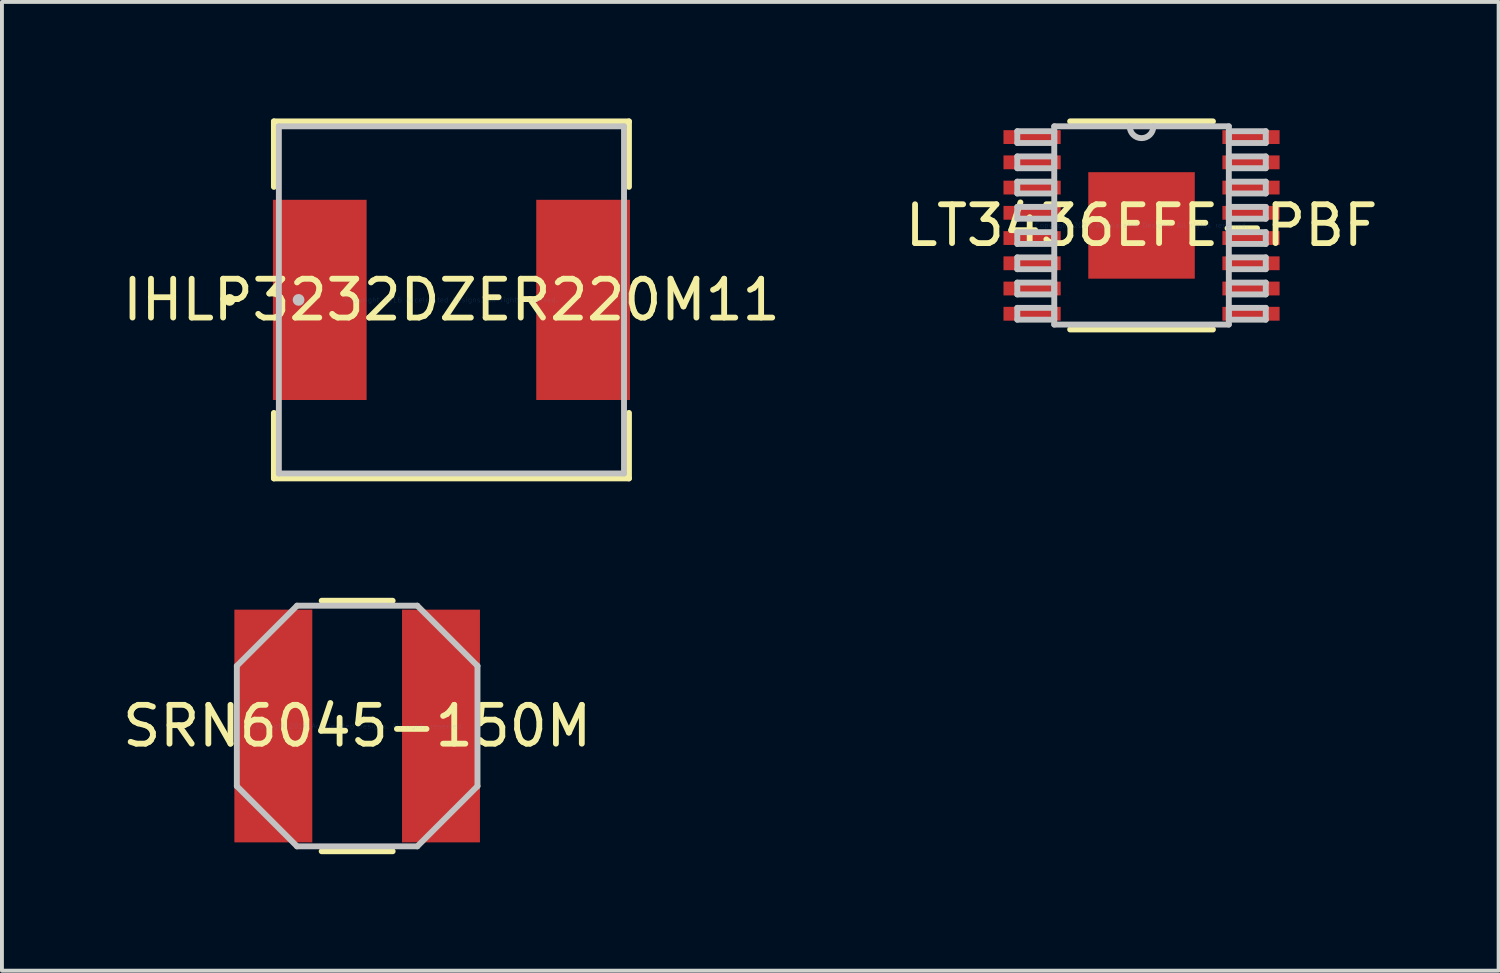
<source format=kicad_pcb>
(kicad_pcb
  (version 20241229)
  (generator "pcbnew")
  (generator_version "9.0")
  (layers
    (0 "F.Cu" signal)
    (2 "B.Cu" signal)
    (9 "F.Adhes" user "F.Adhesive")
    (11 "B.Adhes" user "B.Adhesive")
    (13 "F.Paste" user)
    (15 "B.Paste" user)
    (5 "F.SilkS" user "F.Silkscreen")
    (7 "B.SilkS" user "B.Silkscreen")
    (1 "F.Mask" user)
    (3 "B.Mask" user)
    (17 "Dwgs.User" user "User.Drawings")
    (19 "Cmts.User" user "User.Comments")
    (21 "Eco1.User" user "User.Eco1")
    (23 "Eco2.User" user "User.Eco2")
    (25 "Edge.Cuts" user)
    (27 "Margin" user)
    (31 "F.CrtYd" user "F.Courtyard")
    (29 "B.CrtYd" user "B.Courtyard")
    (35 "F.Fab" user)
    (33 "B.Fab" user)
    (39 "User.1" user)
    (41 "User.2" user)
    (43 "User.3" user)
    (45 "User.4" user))
  (footprint "IHLP3232DZER220M11"
    (layer "F.Cu")
    (at 8.577 4.674)
    (property "Reference" "IHLP3232DZER220M11" (at 0 0 0) (layer "F.SilkS") (effects (font (size 1 1) (thickness 0.15))))
    (attr through_hole)
    (fp_line (start -4.572 -4.597) (end -4.572 -2.911) (stroke (width 0.152) (type solid)) (layer "F.SilkS"))
    (fp_line (start -4.572 2.911) (end -4.572 4.597) (stroke (width 0.152) (type solid)) (layer "F.SilkS"))
    (fp_line (start -4.572 4.597) (end 4.572 4.597) (stroke (width 0.152) (type solid)) (layer "F.SilkS"))
    (fp_line (start 4.572 -4.597) (end -4.572 -4.597) (stroke (width 0.152) (type solid)) (layer "F.SilkS"))
    (fp_line (start 4.572 -2.911) (end 4.572 -4.597) (stroke (width 0.152) (type solid)) (layer "F.SilkS"))
    (fp_line (start 4.572 4.597) (end 4.572 2.911) (stroke (width 0.152) (type solid)) (layer "F.SilkS"))
    (fp_circle (center -5.715 0) (end -5.639 0) (stroke (width 0.152) (type solid)) (fill no) (layer "F.SilkS"))
    (fp_line (start -4.445 -4.47) (end -4.445 4.47) (stroke (width 0.152) (type solid)) (layer "Dwgs.User"))
    (fp_line (start -4.445 4.47) (end 4.445 4.47) (stroke (width 0.152) (type solid)) (layer "Dwgs.User"))
    (fp_line (start 4.445 -4.47) (end -4.445 -4.47) (stroke (width 0.152) (type solid)) (layer "Dwgs.User"))
    (fp_line (start 4.445 4.47) (end 4.445 -4.47) (stroke (width 0.152) (type solid)) (layer "Dwgs.User"))
    (fp_circle (center -3.937 0) (end -3.861 0) (stroke (width 0.152) (type solid)) (fill no) (layer "Dwgs.User"))
    (fp_text user "Copyright 2016 Accelerated Designs. All rights reserved." (at 0 0 0) (layer "Cmts.User") (effects (font (size 0.127 0.127) (thickness 0.002))))
    (pad "1" smd rect (at -3.391 0 90) (size 5.156 2.413) (layers "F.Cu" "F.Mask" "F.Paste"))
    (pad "2" smd rect (at 3.391 0 90) (size 5.156 2.413) (layers "F.Cu" "F.Mask" "F.Paste")))
  (footprint "LT3436EFE-PBF"
    (layer "F.Cu")
    (at 26.351 2.756)
    (property "Reference" "LT3436EFE-PBF" (at 0 0 0) (layer "F.SilkS") (effects (font (size 1 1) (thickness 0.15))))
    (attr through_hole)
    (fp_line (start -1.839 2.68) (end 1.839 2.68) (stroke (width 0.152) (type solid)) (layer "F.SilkS"))
    (fp_line (start 1.839 -2.68) (end -1.839 -2.68) (stroke (width 0.152) (type solid)) (layer "F.SilkS"))
    (fp_line (start -3.2 -2.427) (end -3.2 -2.123) (stroke (width 0.152) (type solid)) (layer "Dwgs.User"))
    (fp_line (start -3.2 -2.123) (end -2.248 -2.123) (stroke (width 0.152) (type solid)) (layer "Dwgs.User"))
    (fp_line (start -3.2 -1.777) (end -3.2 -1.473) (stroke (width 0.152) (type solid)) (layer "Dwgs.User"))
    (fp_line (start -3.2 -1.473) (end -2.248 -1.473) (stroke (width 0.152) (type solid)) (layer "Dwgs.User"))
    (fp_line (start -3.2 -1.127) (end -3.2 -0.823) (stroke (width 0.152) (type solid)) (layer "Dwgs.User"))
    (fp_line (start -3.2 -0.823) (end -2.248 -0.823) (stroke (width 0.152) (type solid)) (layer "Dwgs.User"))
    (fp_line (start -3.2 -0.477) (end -3.2 -0.173) (stroke (width 0.152) (type solid)) (layer "Dwgs.User"))
    (fp_line (start -3.2 -0.173) (end -2.248 -0.173) (stroke (width 0.152) (type solid)) (layer "Dwgs.User"))
    (fp_line (start -3.2 0.173) (end -3.2 0.477) (stroke (width 0.152) (type solid)) (layer "Dwgs.User"))
    (fp_line (start -3.2 0.477) (end -2.248 0.477) (stroke (width 0.152) (type solid)) (layer "Dwgs.User"))
    (fp_line (start -3.2 0.823) (end -3.2 1.127) (stroke (width 0.152) (type solid)) (layer "Dwgs.User"))
    (fp_line (start -3.2 1.127) (end -2.248 1.127) (stroke (width 0.152) (type solid)) (layer "Dwgs.User"))
    (fp_line (start -3.2 1.473) (end -3.2 1.777) (stroke (width 0.152) (type solid)) (layer "Dwgs.User"))
    (fp_line (start -3.2 1.777) (end -2.248 1.777) (stroke (width 0.152) (type solid)) (layer "Dwgs.User"))
    (fp_line (start -3.2 2.123) (end -3.2 2.427) (stroke (width 0.152) (type solid)) (layer "Dwgs.User"))
    (fp_line (start -3.2 2.427) (end -2.248 2.427) (stroke (width 0.152) (type solid)) (layer "Dwgs.User"))
    (fp_line (start -2.248 -2.553) (end -2.248 2.553) (stroke (width 0.152) (type solid)) (layer "Dwgs.User"))
    (fp_line (start -2.248 -2.427) (end -3.2 -2.427) (stroke (width 0.152) (type solid)) (layer "Dwgs.User"))
    (fp_line (start -2.248 -2.123) (end -2.248 -2.427) (stroke (width 0.152) (type solid)) (layer "Dwgs.User"))
    (fp_line (start -2.248 -1.777) (end -3.2 -1.777) (stroke (width 0.152) (type solid)) (layer "Dwgs.User"))
    (fp_line (start -2.248 -1.473) (end -2.248 -1.777) (stroke (width 0.152) (type solid)) (layer "Dwgs.User"))
    (fp_line (start -2.248 -1.127) (end -3.2 -1.127) (stroke (width 0.152) (type solid)) (layer "Dwgs.User"))
    (fp_line (start -2.248 -0.823) (end -2.248 -1.127) (stroke (width 0.152) (type solid)) (layer "Dwgs.User"))
    (fp_line (start -2.248 -0.477) (end -3.2 -0.477) (stroke (width 0.152) (type solid)) (layer "Dwgs.User"))
    (fp_line (start -2.248 -0.173) (end -2.248 -0.477) (stroke (width 0.152) (type solid)) (layer "Dwgs.User"))
    (fp_line (start -2.248 0.173) (end -3.2 0.173) (stroke (width 0.152) (type solid)) (layer "Dwgs.User"))
    (fp_line (start -2.248 0.477) (end -2.248 0.173) (stroke (width 0.152) (type solid)) (layer "Dwgs.User"))
    (fp_line (start -2.248 0.823) (end -3.2 0.823) (stroke (width 0.152) (type solid)) (layer "Dwgs.User"))
    (fp_line (start -2.248 1.127) (end -2.248 0.823) (stroke (width 0.152) (type solid)) (layer "Dwgs.User"))
    (fp_line (start -2.248 1.473) (end -3.2 1.473) (stroke (width 0.152) (type solid)) (layer "Dwgs.User"))
    (fp_line (start -2.248 1.777) (end -2.248 1.473) (stroke (width 0.152) (type solid)) (layer "Dwgs.User"))
    (fp_line (start -2.248 2.123) (end -3.2 2.123) (stroke (width 0.152) (type solid)) (layer "Dwgs.User"))
    (fp_line (start -2.248 2.427) (end -2.248 2.123) (stroke (width 0.152) (type solid)) (layer "Dwgs.User"))
    (fp_line (start -2.248 2.553) (end 2.248 2.553) (stroke (width 0.152) (type solid)) (layer "Dwgs.User"))
    (fp_line (start 2.248 -2.553) (end -2.248 -2.553) (stroke (width 0.152) (type solid)) (layer "Dwgs.User"))
    (fp_line (start 2.248 -2.427) (end 2.248 -2.123) (stroke (width 0.152) (type solid)) (layer "Dwgs.User"))
    (fp_line (start 2.248 -2.123) (end 3.2 -2.123) (stroke (width 0.152) (type solid)) (layer "Dwgs.User"))
    (fp_line (start 2.248 -1.777) (end 2.248 -1.473) (stroke (width 0.152) (type solid)) (layer "Dwgs.User"))
    (fp_line (start 2.248 -1.473) (end 3.2 -1.473) (stroke (width 0.152) (type solid)) (layer "Dwgs.User"))
    (fp_line (start 2.248 -1.127) (end 2.248 -0.823) (stroke (width 0.152) (type solid)) (layer "Dwgs.User"))
    (fp_line (start 2.248 -0.823) (end 3.2 -0.823) (stroke (width 0.152) (type solid)) (layer "Dwgs.User"))
    (fp_line (start 2.248 -0.477) (end 2.248 -0.173) (stroke (width 0.152) (type solid)) (layer "Dwgs.User"))
    (fp_line (start 2.248 -0.173) (end 3.2 -0.173) (stroke (width 0.152) (type solid)) (layer "Dwgs.User"))
    (fp_line (start 2.248 0.173) (end 2.248 0.477) (stroke (width 0.152) (type solid)) (layer "Dwgs.User"))
    (fp_line (start 2.248 0.477) (end 3.2 0.477) (stroke (width 0.152) (type solid)) (layer "Dwgs.User"))
    (fp_line (start 2.248 0.823) (end 2.248 1.127) (stroke (width 0.152) (type solid)) (layer "Dwgs.User"))
    (fp_line (start 2.248 1.127) (end 3.2 1.127) (stroke (width 0.152) (type solid)) (layer "Dwgs.User"))
    (fp_line (start 2.248 1.473) (end 2.248 1.777) (stroke (width 0.152) (type solid)) (layer "Dwgs.User"))
    (fp_line (start 2.248 1.777) (end 3.2 1.777) (stroke (width 0.152) (type solid)) (layer "Dwgs.User"))
    (fp_line (start 2.248 2.123) (end 2.248 2.427) (stroke (width 0.152) (type solid)) (layer "Dwgs.User"))
    (fp_line (start 2.248 2.427) (end 3.2 2.427) (stroke (width 0.152) (type solid)) (layer "Dwgs.User"))
    (fp_line (start 2.248 2.553) (end 2.248 -2.553) (stroke (width 0.152) (type solid)) (layer "Dwgs.User"))
    (fp_line (start 3.2 -2.427) (end 2.248 -2.427) (stroke (width 0.152) (type solid)) (layer "Dwgs.User"))
    (fp_line (start 3.2 -2.123) (end 3.2 -2.427) (stroke (width 0.152) (type solid)) (layer "Dwgs.User"))
    (fp_line (start 3.2 -1.777) (end 2.248 -1.777) (stroke (width 0.152) (type solid)) (layer "Dwgs.User"))
    (fp_line (start 3.2 -1.473) (end 3.2 -1.777) (stroke (width 0.152) (type solid)) (layer "Dwgs.User"))
    (fp_line (start 3.2 -1.127) (end 2.248 -1.127) (stroke (width 0.152) (type solid)) (layer "Dwgs.User"))
    (fp_line (start 3.2 -0.823) (end 3.2 -1.127) (stroke (width 0.152) (type solid)) (layer "Dwgs.User"))
    (fp_line (start 3.2 -0.477) (end 2.248 -0.477) (stroke (width 0.152) (type solid)) (layer "Dwgs.User"))
    (fp_line (start 3.2 -0.173) (end 3.2 -0.477) (stroke (width 0.152) (type solid)) (layer "Dwgs.User"))
    (fp_line (start 3.2 0.173) (end 2.248 0.173) (stroke (width 0.152) (type solid)) (layer "Dwgs.User"))
    (fp_line (start 3.2 0.477) (end 3.2 0.173) (stroke (width 0.152) (type solid)) (layer "Dwgs.User"))
    (fp_line (start 3.2 0.823) (end 2.248 0.823) (stroke (width 0.152) (type solid)) (layer "Dwgs.User"))
    (fp_line (start 3.2 1.127) (end 3.2 0.823) (stroke (width 0.152) (type solid)) (layer "Dwgs.User"))
    (fp_line (start 3.2 1.473) (end 2.248 1.473) (stroke (width 0.152) (type solid)) (layer "Dwgs.User"))
    (fp_line (start 3.2 1.777) (end 3.2 1.473) (stroke (width 0.152) (type solid)) (layer "Dwgs.User"))
    (fp_line (start 3.2 2.123) (end 2.248 2.123) (stroke (width 0.152) (type solid)) (layer "Dwgs.User"))
    (fp_line (start 3.2 2.427) (end 3.2 2.123) (stroke (width 0.152) (type solid)) (layer "Dwgs.User"))
    (fp_arc (start 0.3048 -2.5527) (mid 0 -2.2479) (end -0.3048 -2.5527) (stroke (width 0.1524) (type solid)) (layer "Dwgs.User"))
    (fp_text user "Copyright 2016 Accelerated Designs. All rights reserved." (at 0 0 0) (layer "Cmts.User") (effects (font (size 0.127 0.127) (thickness 0.002))))
    (pad "1" smd rect (at -2.819 -2.275) (size 1.473 0.356) (layers "F.Cu" "F.Mask" "F.Paste"))
    (pad "2" smd rect (at -2.819 -1.625) (size 1.473 0.356) (layers "F.Cu" "F.Mask" "F.Paste"))
    (pad "3" smd rect (at -2.819 -0.975) (size 1.473 0.356) (layers "F.Cu" "F.Mask" "F.Paste"))
    (pad "4" smd rect (at -2.819 -0.325) (size 1.473 0.356) (layers "F.Cu" "F.Mask" "F.Paste"))
    (pad "5" smd rect (at -2.819 0.325) (size 1.473 0.356) (layers "F.Cu" "F.Mask" "F.Paste"))
    (pad "6" smd rect (at -2.819 0.975) (size 1.473 0.356) (layers "F.Cu" "F.Mask" "F.Paste"))
    (pad "7" smd rect (at -2.819 1.625) (size 1.473 0.356) (layers "F.Cu" "F.Mask" "F.Paste"))
    (pad "8" smd rect (at -2.819 2.275) (size 1.473 0.356) (layers "F.Cu" "F.Mask" "F.Paste"))
    (pad "9" smd rect (at 2.819 2.275) (size 1.473 0.356) (layers "F.Cu" "F.Mask" "F.Paste"))
    (pad "10" smd rect (at 2.819 1.625) (size 1.473 0.356) (layers "F.Cu" "F.Mask" "F.Paste"))
    (pad "11" smd rect (at 2.819 0.975) (size 1.473 0.356) (layers "F.Cu" "F.Mask" "F.Paste"))
    (pad "12" smd rect (at 2.819 0.325) (size 1.473 0.356) (layers "F.Cu" "F.Mask" "F.Paste"))
    (pad "13" smd rect (at 2.819 -0.325) (size 1.473 0.356) (layers "F.Cu" "F.Mask" "F.Paste"))
    (pad "14" smd rect (at 2.819 -0.975) (size 1.473 0.356) (layers "F.Cu" "F.Mask" "F.Paste"))
    (pad "15" smd rect (at 2.819 -1.625) (size 1.473 0.356) (layers "F.Cu" "F.Mask" "F.Paste"))
    (pad "16" smd rect (at 2.819 -2.275) (size 1.473 0.356) (layers "F.Cu" "F.Mask" "F.Paste"))
    (pad "EPAD" smd rect (at 0 0) (size 2.743 2.743) (layers "F.Cu" "F.Mask" "F.Paste")))
  (footprint "SRN6045-150M"
    (layer "F.Cu")
    (at 6.149 15.649)
    (property "Reference" "SRN6045-150M" (at 0 0 0) (layer "F.SilkS") (effects (font (size 1 1) (thickness 0.15))))
    (attr through_hole)
    (fp_line (start -0.914 3.226) (end 0.914 3.226) (stroke (width 0.152) (type solid)) (layer "F.SilkS"))
    (fp_line (start 0.914 -3.226) (end -0.914 -3.226) (stroke (width 0.152) (type solid)) (layer "F.SilkS"))
    (fp_line (start -3.099 -1.549) (end -3.099 1.549) (stroke (width 0.152) (type solid)) (layer "Dwgs.User"))
    (fp_line (start -3.099 1.549) (end -1.549 3.099) (stroke (width 0.152) (type solid)) (layer "Dwgs.User"))
    (fp_line (start -1.549 -3.099) (end -3.099 -1.549) (stroke (width 0.152) (type solid)) (layer "Dwgs.User"))
    (fp_line (start -1.549 3.099) (end 1.549 3.099) (stroke (width 0.152) (type solid)) (layer "Dwgs.User"))
    (fp_line (start 1.549 -3.099) (end -1.549 -3.099) (stroke (width 0.152) (type solid)) (layer "Dwgs.User"))
    (fp_line (start 1.549 3.099) (end 3.099 1.549) (stroke (width 0.152) (type solid)) (layer "Dwgs.User"))
    (fp_line (start 3.099 -1.549) (end 1.549 -3.099) (stroke (width 0.152) (type solid)) (layer "Dwgs.User"))
    (fp_line (start 3.099 1.549) (end 3.099 -1.549) (stroke (width 0.152) (type solid)) (layer "Dwgs.User"))
    (fp_text user "Copyright 2016 Accelerated Designs. All rights reserved." (at 0 0 0) (layer "Cmts.User") (effects (font (size 0.127 0.127) (thickness 0.002))))
    (pad "1" smd rect (at -2.159 0) (size 2.007 5.994) (layers "F.Cu" "F.Mask" "F.Paste"))
    (pad "2" smd rect (at 2.159 0) (size 2.007 5.994) (layers "F.Cu" "F.Mask" "F.Paste")))
  (gr_rect
    (start -3 -3)
    (end 35.548 21.951)
    (stroke (width 0.1) (type default))
    (fill no)
    (layer "Edge.Cuts")))
</source>
